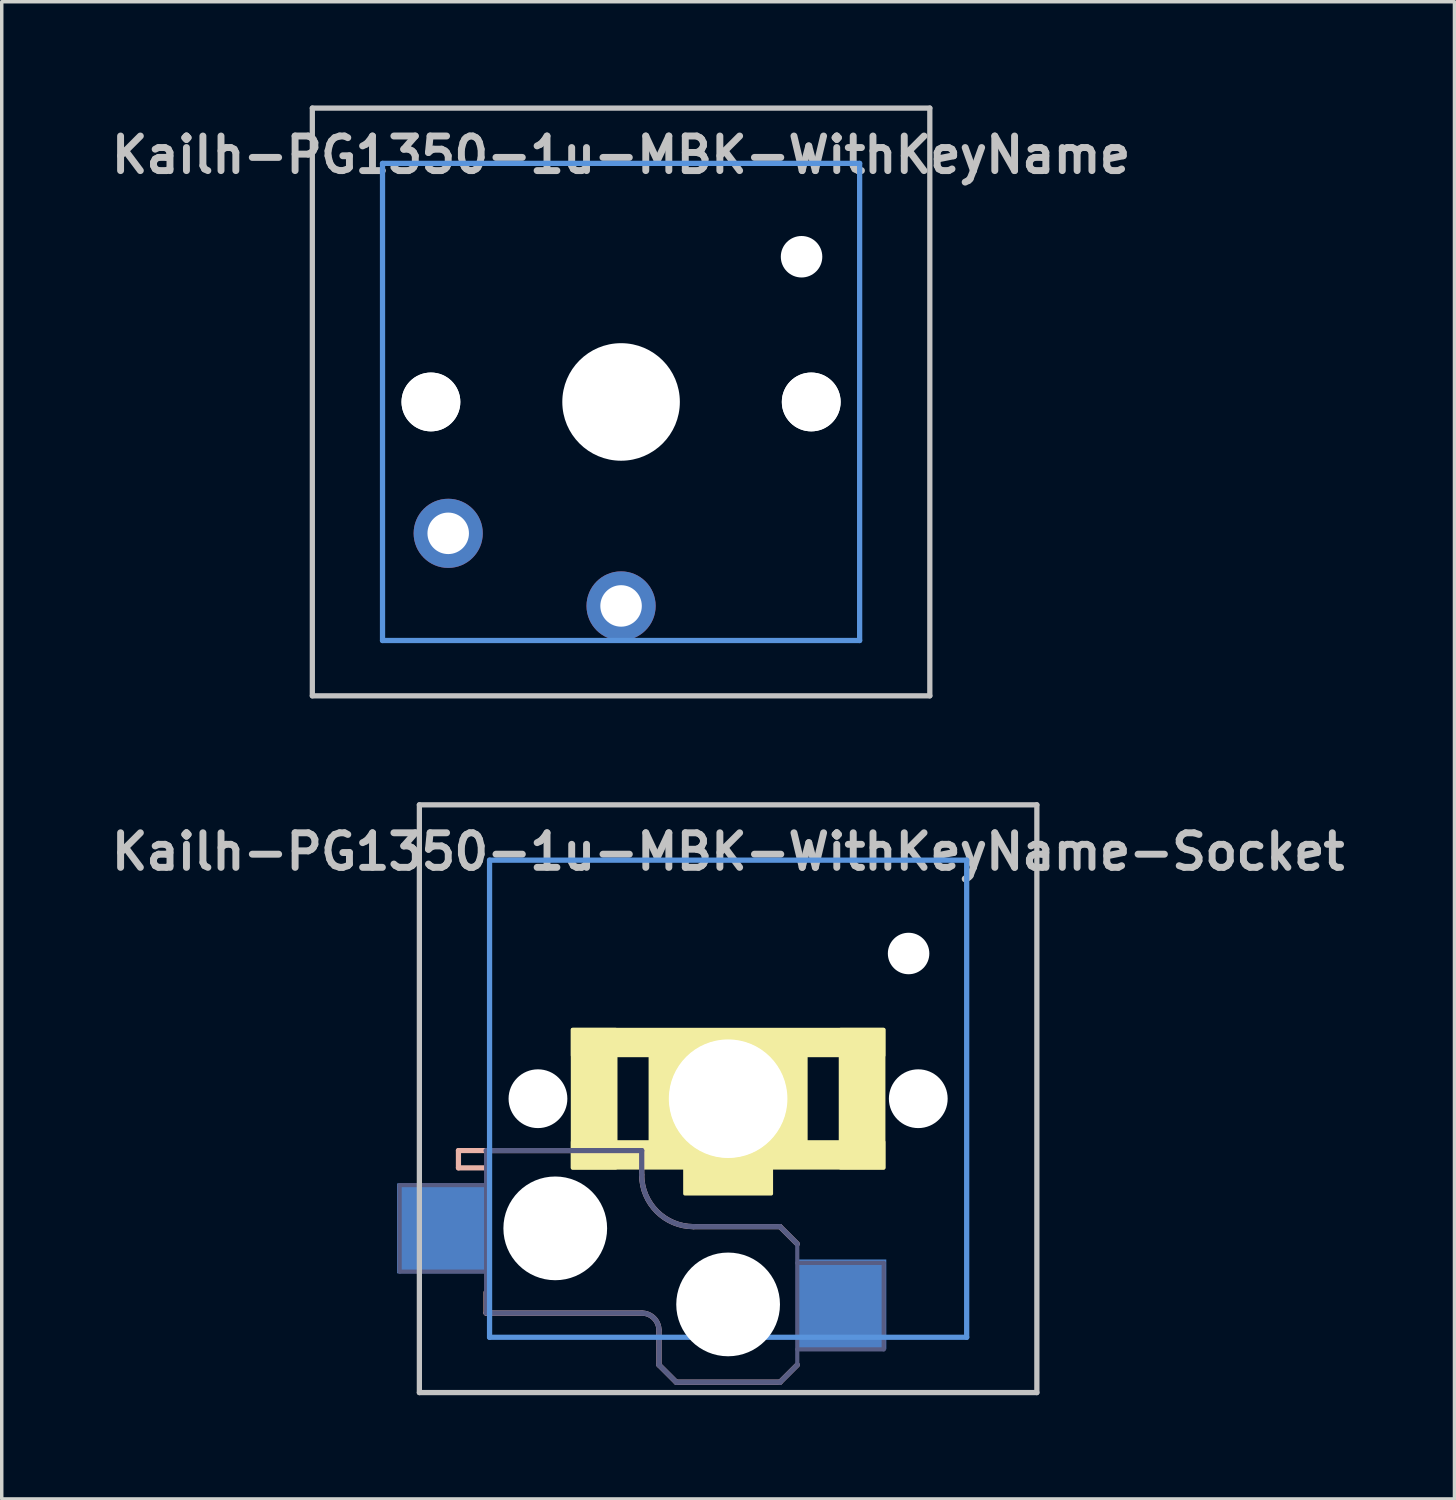
<source format=kicad_pcb>
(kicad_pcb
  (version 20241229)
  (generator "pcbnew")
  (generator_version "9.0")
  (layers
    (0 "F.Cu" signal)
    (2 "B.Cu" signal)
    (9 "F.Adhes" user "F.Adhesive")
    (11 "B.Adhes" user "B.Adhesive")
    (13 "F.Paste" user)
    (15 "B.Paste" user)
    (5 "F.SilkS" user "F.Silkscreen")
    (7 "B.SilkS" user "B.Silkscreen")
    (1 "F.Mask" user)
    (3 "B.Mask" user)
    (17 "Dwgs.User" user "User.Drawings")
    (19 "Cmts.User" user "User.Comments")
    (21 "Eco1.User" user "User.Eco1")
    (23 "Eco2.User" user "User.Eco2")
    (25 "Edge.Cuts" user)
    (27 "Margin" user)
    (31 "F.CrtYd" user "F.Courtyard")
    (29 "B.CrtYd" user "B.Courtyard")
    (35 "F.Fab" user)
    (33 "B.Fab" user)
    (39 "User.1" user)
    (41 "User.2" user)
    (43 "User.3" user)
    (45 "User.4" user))
  (footprint "Kailh-PG1350-1u-MBK-WithKeyName"
    (layer "F.Cu")
    (at 14.914 8.576)
    (property "Reference" "Kailh-PG1350-1u-MBK-WithKeyName" (at 0 -7.144 180) (layer "Dwgs.User") (effects (font (size 1 1) (thickness 0.2))))
    (attr through_hole)
    (fp_line (start -8.93 -8.5) (end 8.93 -8.5) (stroke (width 0.152) (type solid)) (layer "Dwgs.User"))
    (fp_line (start -8.93 8.5) (end -8.93 -8.5) (stroke (width 0.152) (type solid)) (layer "Dwgs.User"))
    (fp_line (start 8.93 -8.5) (end 8.93 8.5) (stroke (width 0.152) (type solid)) (layer "Dwgs.User"))
    (fp_line (start 8.93 8.5) (end -8.93 8.5) (stroke (width 0.152) (type solid)) (layer "Dwgs.User"))
    (fp_line (start -6.9 -6.9) (end 6.9 -6.9) (stroke (width 0.152) (type solid)) (layer "Cmts.User"))
    (fp_line (start -6.9 6.9) (end -6.9 -6.9) (stroke (width 0.152) (type solid)) (layer "Cmts.User"))
    (fp_line (start 6.9 -6.9) (end 6.9 6.9) (stroke (width 0.152) (type solid)) (layer "Cmts.User"))
    (fp_line (start 6.9 6.9) (end -6.9 6.9) (stroke (width 0.152) (type solid)) (layer "Cmts.User"))
    (fp_line (start -7.5 -7.5) (end 7.5 -7.5) (stroke (width 0.152) (type solid)) (layer "Eco2.User"))
    (fp_line (start -7.5 7.5) (end -7.5 -7.5) (stroke (width 0.152) (type solid)) (layer "Eco2.User"))
    (fp_line (start -2.6 -3.1) (end -2.6 -6.3) (stroke (width 0.15) (type solid)) (layer "Eco2.User"))
    (fp_line (start -2.6 -3.1) (end 2.6 -3.1) (stroke (width 0.15) (type solid)) (layer "Eco2.User"))
    (fp_line (start 2.6 -6.3) (end -2.6 -6.3) (stroke (width 0.15) (type solid)) (layer "Eco2.User"))
    (fp_line (start 2.6 -3.1) (end 2.6 -6.3) (stroke (width 0.15) (type solid)) (layer "Eco2.User"))
    (fp_line (start 7.5 -7.5) (end 7.5 7.5) (stroke (width 0.152) (type solid)) (layer "Eco2.User"))
    (fp_line (start 7.5 7.5) (end -7.5 7.5) (stroke (width 0.152) (type solid)) (layer "Eco2.User"))
    (pad "" np_thru_hole circle (at -5.5 0 180) (size 1.7 1.7) (drill 1.7) (layers "*.Cu" "*.Mask"))
    (pad "" np_thru_hole circle (at -5.5 0) (size 1.702 1.702) (drill 1.702) (layers "*.Cu" "*.Mask"))
    (pad "" np_thru_hole circle (at 0 0 180) (size 3.4 3.4) (drill 3.4) (layers "*.Cu" "*.Mask"))
    (pad "" np_thru_hole circle (at 5.22 -4.2 180) (size 1.2 1.2) (drill 1.2) (layers "*.Cu" "*.Mask"))
    (pad "" np_thru_hole circle (at 5.5 0 180) (size 1.7 1.7) (drill 1.7) (layers "*.Cu" "*.Mask"))
    (pad "" np_thru_hole circle (at 5.5 0) (size 1.702 1.702) (drill 1.702) (layers "*.Cu" "*.Mask"))
    (pad "1" thru_hole circle (at 0 5.9 180) (size 2 2) (drill 1.2) (layers "*.Cu" "*.Mask"))
    (pad "2" thru_hole circle (at -5 3.8 41.9) (size 2 2) (drill 1.2) (layers "*.Cu" "*.Mask")))
  (footprint "Kailh-PG1350-1u-MBK-WithKeyName-Socket"
    (layer "F.Cu")
    (at 18.01 28.729)
    (property "Reference" "Kailh-PG1350-1u-MBK-WithKeyName-Socket" (at 0 -7.144 180) (layer "Dwgs.User") (effects (font (size 1 1) (thickness 0.2))))
    (attr through_hole)
    (fp_poly (pts (xy -3.25 2) (xy -4.5 2) (xy -4.5 -2) (xy -3.25 -2)) (stroke (width 0.1) (type solid)) (fill yes) (layer "F.SilkS"))
    (fp_poly (pts (xy 1.25 2.75) (xy -1.25 2.75) (xy -1.25 2) (xy 1.25 2)) (stroke (width 0.1) (type solid)) (fill yes) (layer "F.SilkS"))
    (fp_poly (pts (xy 2.25 1.5) (xy -2.25 1.5) (xy -2.25 -1.5) (xy 2.25 -1.5)) (stroke (width 0.1) (type solid)) (fill yes) (layer "F.SilkS"))
    (fp_poly (pts (xy 4.5 -1.25) (xy -4.5 -1.25) (xy -4.5 -2) (xy 4.5 -2)) (stroke (width 0.1) (type solid)) (fill yes) (layer "F.SilkS"))
    (fp_poly (pts (xy 4.5 2) (xy -4.5 2) (xy -4.5 1.25) (xy 4.5 1.25)) (stroke (width 0.1) (type solid)) (fill yes) (layer "F.SilkS"))
    (fp_poly (pts (xy 4.5 2) (xy 3.25 2) (xy 3.25 -2) (xy 4.5 -2)) (stroke (width 0.1) (type solid)) (fill yes) (layer "F.SilkS"))
    (fp_line (start -7.8 1.5) (end -7.8 2) (stroke (width 0.15) (type solid)) (layer "B.SilkS"))
    (fp_line (start -7 2) (end -7.8 2) (stroke (width 0.15) (type solid)) (layer "B.SilkS"))
    (fp_line (start -7 5.6) (end -7 6.2) (stroke (width 0.15) (type solid)) (layer "B.SilkS"))
    (fp_line (start -7 6.2) (end -2.5 6.2) (stroke (width 0.15) (type solid)) (layer "B.SilkS"))
    (fp_line (start -2.5 1.5) (end -7.8 1.5) (stroke (width 0.15) (type solid)) (layer "B.SilkS"))
    (fp_line (start -2.5 2.2) (end -2.5 1.5) (stroke (width 0.15) (type solid)) (layer "B.SilkS"))
    (fp_line (start -2 6.7) (end -2 7.7) (stroke (width 0.15) (type solid)) (layer "B.SilkS"))
    (fp_line (start -1.5 8.2) (end -2 7.7) (stroke (width 0.15) (type solid)) (layer "B.SilkS"))
    (fp_line (start 1.5 3.7) (end -1 3.7) (stroke (width 0.15) (type solid)) (layer "B.SilkS"))
    (fp_line (start 1.5 8.2) (end -1.5 8.2) (stroke (width 0.15) (type solid)) (layer "B.SilkS"))
    (fp_line (start 2 4.2) (end 1.5 3.7) (stroke (width 0.15) (type solid)) (layer "B.SilkS"))
    (fp_line (start 2 7.7) (end 1.5 8.2) (stroke (width 0.15) (type solid)) (layer "B.SilkS"))
    (fp_arc (start -2.5 6.2) (mid -2.146447 6.346447) (end -2 6.7) (stroke (width 0.15) (type solid)) (layer "B.SilkS"))
    (fp_arc (start -1 3.7) (mid -2.06066 3.26066) (end -2.5 2.2) (stroke (width 0.15) (type solid)) (layer "B.SilkS"))
    (fp_line (start -8.93 -8.5) (end 8.93 -8.5) (stroke (width 0.152) (type solid)) (layer "Dwgs.User"))
    (fp_line (start -8.93 8.5) (end -8.93 -8.5) (stroke (width 0.152) (type solid)) (layer "Dwgs.User"))
    (fp_line (start 8.93 -8.5) (end 8.93 8.5) (stroke (width 0.152) (type solid)) (layer "Dwgs.User"))
    (fp_line (start 8.93 8.5) (end -8.93 8.5) (stroke (width 0.152) (type solid)) (layer "Dwgs.User"))
    (fp_line (start -6.9 -6.9) (end 6.9 -6.9) (stroke (width 0.152) (type solid)) (layer "Cmts.User"))
    (fp_line (start -6.9 6.9) (end -6.9 -6.9) (stroke (width 0.152) (type solid)) (layer "Cmts.User"))
    (fp_line (start 6.9 -6.9) (end 6.9 6.9) (stroke (width 0.152) (type solid)) (layer "Cmts.User"))
    (fp_line (start 6.9 6.9) (end -6.9 6.9) (stroke (width 0.152) (type solid)) (layer "Cmts.User"))
    (fp_line (start -7.5 -7.5) (end 7.5 -7.5) (stroke (width 0.152) (type solid)) (layer "Eco2.User"))
    (fp_line (start -7.5 7.5) (end -7.5 -7.5) (stroke (width 0.152) (type solid)) (layer "Eco2.User"))
    (fp_line (start -2.6 -3.1) (end -2.6 -6.3) (stroke (width 0.15) (type solid)) (layer "Eco2.User"))
    (fp_line (start -2.6 -3.1) (end 2.6 -3.1) (stroke (width 0.15) (type solid)) (layer "Eco2.User"))
    (fp_line (start 2.6 -6.3) (end -2.6 -6.3) (stroke (width 0.15) (type solid)) (layer "Eco2.User"))
    (fp_line (start 2.6 -3.1) (end 2.6 -6.3) (stroke (width 0.15) (type solid)) (layer "Eco2.User"))
    (fp_line (start 7.5 -7.5) (end 7.5 7.5) (stroke (width 0.152) (type solid)) (layer "Eco2.User"))
    (fp_line (start 7.5 7.5) (end -7.5 7.5) (stroke (width 0.152) (type solid)) (layer "Eco2.User"))
    (fp_line (start -9.5 2.5) (end -7 2.5) (stroke (width 0.12) (type solid)) (layer "B.Fab"))
    (fp_line (start -9.5 5) (end -9.5 2.5) (stroke (width 0.12) (type solid)) (layer "B.Fab"))
    (fp_line (start -7 1.5) (end -7 6.2) (stroke (width 0.12) (type solid)) (layer "B.Fab"))
    (fp_line (start -7 5) (end -9.5 5) (stroke (width 0.12) (type solid)) (layer "B.Fab"))
    (fp_line (start -7 6.2) (end -2.5 6.2) (stroke (width 0.15) (type solid)) (layer "B.Fab"))
    (fp_line (start -2.5 1.5) (end -7 1.5) (stroke (width 0.15) (type solid)) (layer "B.Fab"))
    (fp_line (start -2.5 2.2) (end -2.5 1.5) (stroke (width 0.15) (type solid)) (layer "B.Fab"))
    (fp_line (start -2 6.7) (end -2 7.7) (stroke (width 0.15) (type solid)) (layer "B.Fab"))
    (fp_line (start -1.5 8.2) (end -2 7.7) (stroke (width 0.15) (type solid)) (layer "B.Fab"))
    (fp_line (start 1.5 3.7) (end -1 3.7) (stroke (width 0.15) (type solid)) (layer "B.Fab"))
    (fp_line (start 1.5 8.2) (end -1.5 8.2) (stroke (width 0.15) (type solid)) (layer "B.Fab"))
    (fp_line (start 2 4.2) (end 1.5 3.7) (stroke (width 0.15) (type solid)) (layer "B.Fab"))
    (fp_line (start 2 4.25) (end 2 7.7) (stroke (width 0.12) (type solid)) (layer "B.Fab"))
    (fp_line (start 2 4.75) (end 4.5 4.75) (stroke (width 0.12) (type solid)) (layer "B.Fab"))
    (fp_line (start 2 7.7) (end 1.5 8.2) (stroke (width 0.15) (type solid)) (layer "B.Fab"))
    (fp_line (start 4.5 4.75) (end 4.5 7.25) (stroke (width 0.12) (type solid)) (layer "B.Fab"))
    (fp_line (start 4.5 7.25) (end 2 7.25) (stroke (width 0.12) (type solid)) (layer "B.Fab"))
    (fp_arc (start -2.5 6.2) (mid -2.146447 6.346447) (end -2 6.7) (stroke (width 0.15) (type solid)) (layer "B.Fab"))
    (fp_arc (start -1 3.7) (mid -2.06066 3.26066) (end -2.5 2.2) (stroke (width 0.15) (type solid)) (layer "B.Fab"))
    (pad "" np_thru_hole circle (at -5.5 0 180) (size 1.7 1.7) (drill 1.7) (layers "*.Cu" "*.Mask"))
    (pad "" np_thru_hole circle (at -5 3.75) (size 3 3) (drill 3) (layers "*.Cu" "*.Mask"))
    (pad "" np_thru_hole circle (at 0 0 180) (size 3.4 3.4) (drill 3.4) (layers "*.Cu" "*.Mask"))
    (pad "" np_thru_hole circle (at 0 0) (size 3.429 3.429) (drill 3.429) (layers "*.Cu" "*.Mask"))
    (pad "" np_thru_hole circle (at 0 5.95) (size 3 3) (drill 3) (layers "*.Cu" "*.Mask"))
    (pad "" np_thru_hole circle (at 5.22 -4.2 180) (size 1.2 1.2) (drill 1.2) (layers "*.Cu" "*.Mask"))
    (pad "" np_thru_hole circle (at 5.5 0 180) (size 1.7 1.7) (drill 1.7) (layers "*.Cu" "*.Mask"))
    (pad "1" smd rect (at 3.275 5.95) (size 2.6 2.6) (layers "B.Cu" "B.Mask" "B.Paste"))
    (pad "2" smd rect (at -8.275 3.75) (size 2.6 2.6) (layers "B.Cu" "B.Mask" "B.Paste")))
  (gr_rect
    (start -3 -3)
    (end 39.019 40.305)
    (stroke (width 0.1) (type default))
    (fill no)
    (layer "Edge.Cuts")))
</source>
